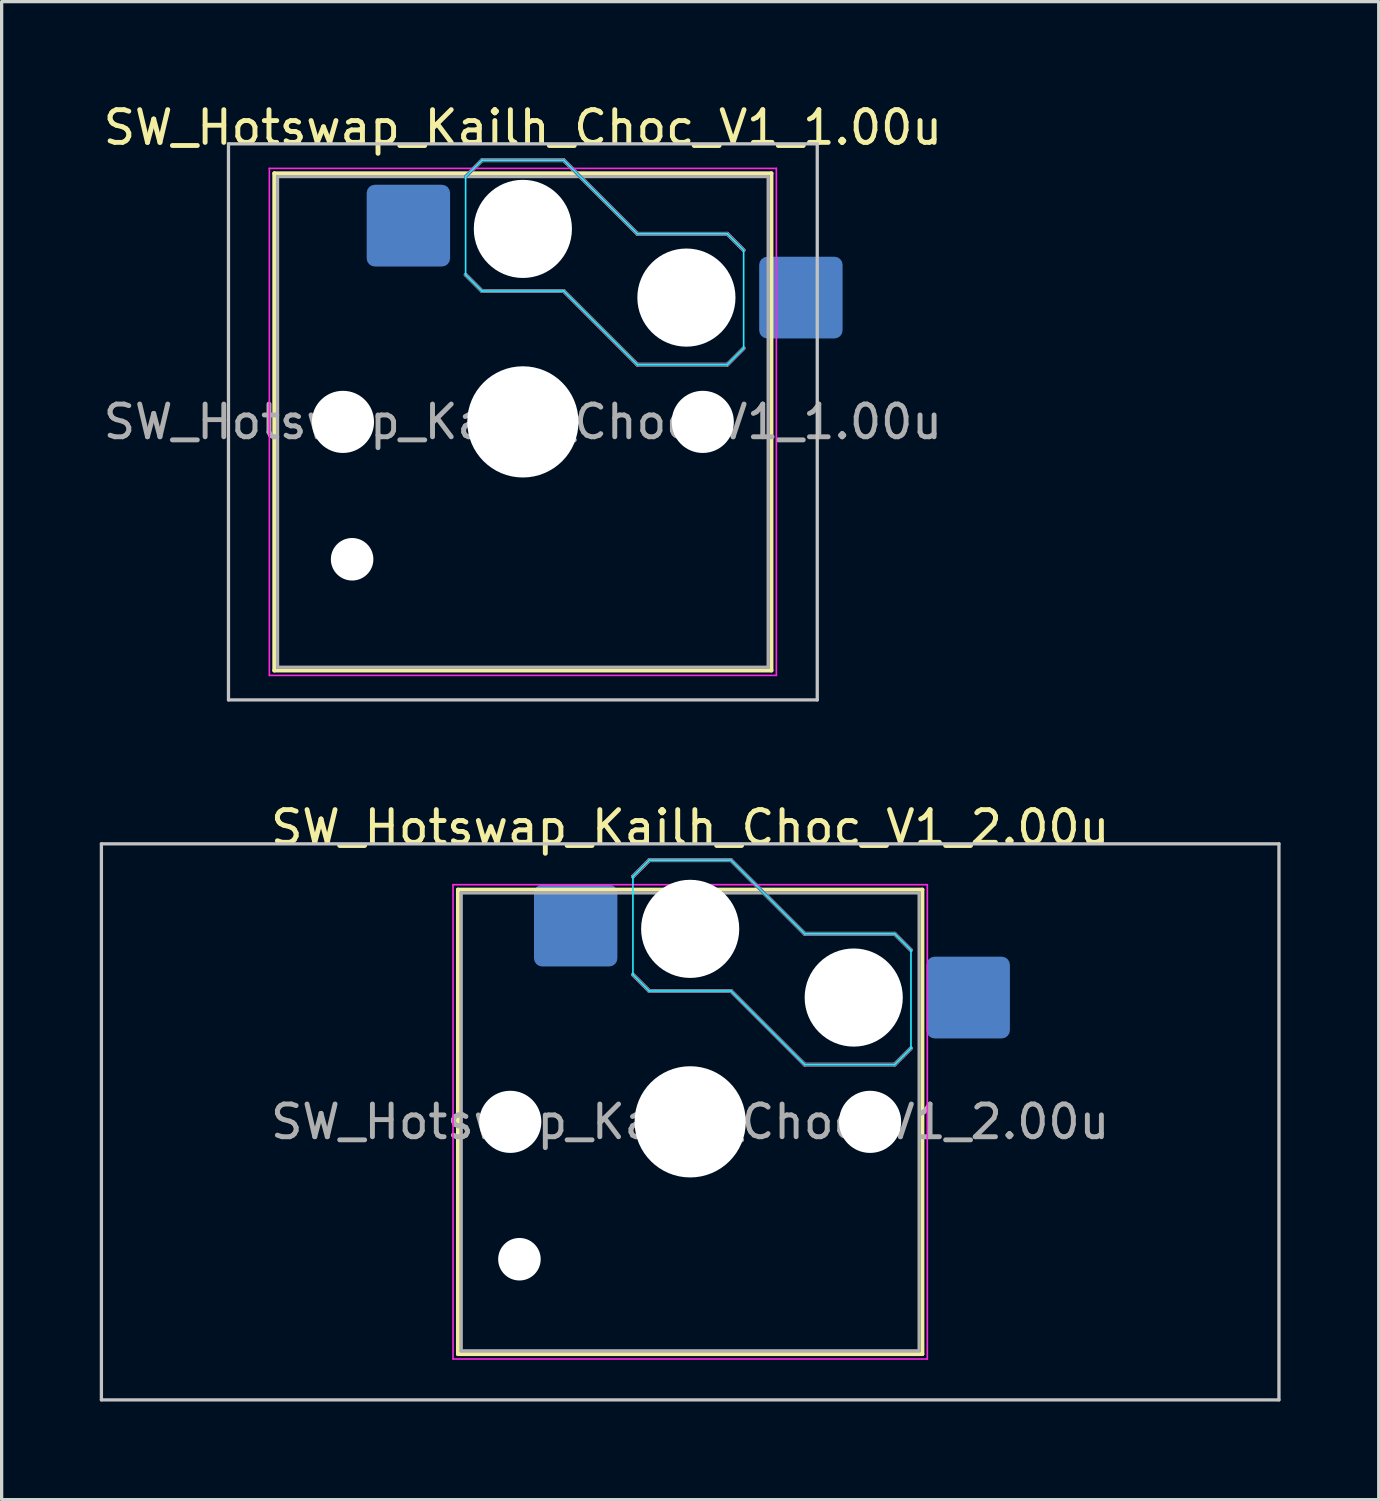
<source format=kicad_pcb>
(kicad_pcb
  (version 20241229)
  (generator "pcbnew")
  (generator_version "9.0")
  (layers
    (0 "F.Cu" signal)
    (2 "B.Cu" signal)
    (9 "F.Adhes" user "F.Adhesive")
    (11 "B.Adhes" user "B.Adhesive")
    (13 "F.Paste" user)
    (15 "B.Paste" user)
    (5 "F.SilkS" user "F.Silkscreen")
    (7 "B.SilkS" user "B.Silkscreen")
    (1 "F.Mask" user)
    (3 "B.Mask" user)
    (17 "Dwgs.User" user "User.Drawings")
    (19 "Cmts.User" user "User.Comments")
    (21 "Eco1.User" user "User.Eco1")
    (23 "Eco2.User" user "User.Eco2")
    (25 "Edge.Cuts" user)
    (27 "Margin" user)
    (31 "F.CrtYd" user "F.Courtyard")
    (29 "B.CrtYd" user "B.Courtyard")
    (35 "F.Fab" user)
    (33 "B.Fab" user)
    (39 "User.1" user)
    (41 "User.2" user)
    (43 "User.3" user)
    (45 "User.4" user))
  (footprint "SW_Hotswap_Kailh_Choc_V1_2.00u"
    (layer "F.Cu")
    (at 18.05 31.247)
    (property "Reference" "SW_Hotswap_Kailh_Choc_V1_2.00u" (at 0 -9 0) (layer "F.SilkS") (effects (font (size 1 1) (thickness 0.15))))
    (attr smd)
    (fp_line (start -7.1 -7.1) (end -7.1 7.1) (stroke (width 0.12) (type solid)) (layer "F.SilkS"))
    (fp_line (start -7.1 7.1) (end 7.1 7.1) (stroke (width 0.12) (type solid)) (layer "F.SilkS"))
    (fp_line (start 7.1 -7.1) (end -7.1 -7.1) (stroke (width 0.12) (type solid)) (layer "F.SilkS"))
    (fp_line (start 7.1 7.1) (end 7.1 -7.1) (stroke (width 0.12) (type solid)) (layer "F.SilkS"))
    (fp_line (start -1.75 -7.5) (end -1.25 -8) (stroke (width 0.12) (type solid)) (layer "B.SilkS"))
    (fp_line (start -1.25 -8) (end 1.25 -8) (stroke (width 0.12) (type solid)) (layer "B.SilkS"))
    (fp_line (start -1.25 -4) (end -1.75 -4.5) (stroke (width 0.12) (type solid)) (layer "B.SilkS"))
    (fp_line (start 1.25 -8) (end 3.5 -5.75) (stroke (width 0.12) (type solid)) (layer "B.SilkS"))
    (fp_line (start 1.25 -4) (end -1.25 -4) (stroke (width 0.12) (type solid)) (layer "B.SilkS"))
    (fp_line (start 3.5 -5.75) (end 6.25 -5.75) (stroke (width 0.12) (type solid)) (layer "B.SilkS"))
    (fp_line (start 3.5 -1.75) (end 1.25 -4) (stroke (width 0.12) (type solid)) (layer "B.SilkS"))
    (fp_line (start 6.25 -5.75) (end 6.75 -5.25) (stroke (width 0.12) (type solid)) (layer "B.SilkS"))
    (fp_line (start 6.25 -1.75) (end 3.5 -1.75) (stroke (width 0.12) (type solid)) (layer "B.SilkS"))
    (fp_line (start 6.75 -2.25) (end 6.25 -1.75) (stroke (width 0.12) (type solid)) (layer "B.SilkS"))
    (fp_line (start -18 -8.5) (end -18 8.5) (stroke (width 0.1) (type solid)) (layer "Dwgs.User"))
    (fp_line (start -18 8.5) (end 18 8.5) (stroke (width 0.1) (type solid)) (layer "Dwgs.User"))
    (fp_line (start 18 -8.5) (end -18 -8.5) (stroke (width 0.1) (type solid)) (layer "Dwgs.User"))
    (fp_line (start 18 8.5) (end 18 -8.5) (stroke (width 0.1) (type solid)) (layer "Dwgs.User"))
    (fp_line (start -1.75 -7.5) (end -1.25 -8) (stroke (width 0.05) (type solid)) (layer "B.CrtYd"))
    (fp_line (start -1.75 -4.5) (end -1.75 -7.5) (stroke (width 0.05) (type solid)) (layer "B.CrtYd"))
    (fp_line (start -1.25 -8) (end 1.25 -8) (stroke (width 0.05) (type solid)) (layer "B.CrtYd"))
    (fp_line (start -1.25 -4) (end -1.75 -4.5) (stroke (width 0.05) (type solid)) (layer "B.CrtYd"))
    (fp_line (start 1.25 -8) (end 3.5 -5.75) (stroke (width 0.05) (type solid)) (layer "B.CrtYd"))
    (fp_line (start 1.25 -4) (end -1.25 -4) (stroke (width 0.05) (type solid)) (layer "B.CrtYd"))
    (fp_line (start 3.5 -5.75) (end 6.25 -5.75) (stroke (width 0.05) (type solid)) (layer "B.CrtYd"))
    (fp_line (start 3.5 -1.75) (end 1.25 -4) (stroke (width 0.05) (type solid)) (layer "B.CrtYd"))
    (fp_line (start 6.25 -5.75) (end 6.75 -5.25) (stroke (width 0.05) (type solid)) (layer "B.CrtYd"))
    (fp_line (start 6.25 -1.75) (end 3.5 -1.75) (stroke (width 0.05) (type solid)) (layer "B.CrtYd"))
    (fp_line (start 6.75 -5.25) (end 6.75 -2.25) (stroke (width 0.05) (type solid)) (layer "B.CrtYd"))
    (fp_line (start 6.75 -2.25) (end 6.25 -1.75) (stroke (width 0.05) (type solid)) (layer "B.CrtYd"))
    (fp_line (start -7.25 -7.25) (end -7.25 7.25) (stroke (width 0.05) (type solid)) (layer "F.CrtYd"))
    (fp_line (start -7.25 7.25) (end 7.25 7.25) (stroke (width 0.05) (type solid)) (layer "F.CrtYd"))
    (fp_line (start 7.25 -7.25) (end -7.25 -7.25) (stroke (width 0.05) (type solid)) (layer "F.CrtYd"))
    (fp_line (start 7.25 7.25) (end 7.25 -7.25) (stroke (width 0.05) (type solid)) (layer "F.CrtYd"))
    (fp_line (start -1.75 -7.5) (end -1.25 -8) (stroke (width 0.1) (type solid)) (layer "B.Fab"))
    (fp_line (start -1.25 -8) (end 1.25 -8) (stroke (width 0.1) (type solid)) (layer "B.Fab"))
    (fp_line (start -1.25 -4) (end -1.75 -4.5) (stroke (width 0.1) (type solid)) (layer "B.Fab"))
    (fp_line (start 1.25 -8) (end 3.5 -5.75) (stroke (width 0.1) (type solid)) (layer "B.Fab"))
    (fp_line (start 1.25 -4) (end -1.25 -4) (stroke (width 0.1) (type solid)) (layer "B.Fab"))
    (fp_line (start 3.5 -5.75) (end 6.25 -5.75) (stroke (width 0.1) (type solid)) (layer "B.Fab"))
    (fp_line (start 3.5 -1.75) (end 1.25 -4) (stroke (width 0.1) (type solid)) (layer "B.Fab"))
    (fp_line (start 6.25 -5.75) (end 6.75 -5.25) (stroke (width 0.1) (type solid)) (layer "B.Fab"))
    (fp_line (start 6.25 -1.75) (end 3.5 -1.75) (stroke (width 0.1) (type solid)) (layer "B.Fab"))
    (fp_line (start 6.75 -2.25) (end 6.25 -1.75) (stroke (width 0.1) (type solid)) (layer "B.Fab"))
    (fp_line (start -7 -7) (end -7 7) (stroke (width 0.1) (type solid)) (layer "F.Fab"))
    (fp_line (start -7 7) (end 7 7) (stroke (width 0.1) (type solid)) (layer "F.Fab"))
    (fp_line (start 7 -7) (end -7 -7) (stroke (width 0.1) (type solid)) (layer "F.Fab"))
    (fp_line (start 7 7) (end 7 -7) (stroke (width 0.1) (type solid)) (layer "F.Fab"))
    (fp_text user "${REFERENCE}" (at 0 0 0) (layer "F.Fab") (effects (font (size 1 1) (thickness 0.15))))
    (pad "" np_thru_hole circle (at -5.5 0) (size 1.9 1.9) (drill 1.9) (layers "*.Cu" "*.Mask"))
    (pad "" np_thru_hole circle (at -5.22 4.2) (size 1.3 1.3) (drill 1.3) (layers "*.Cu" "*.Mask"))
    (pad "" np_thru_hole circle (at 0 -5.9) (size 3 3) (drill 3) (layers "*.Cu" "*.Mask"))
    (pad "" np_thru_hole circle (at 0 0) (size 3.4 3.4) (drill 3.4) (layers "*.Cu" "*.Mask"))
    (pad "" np_thru_hole circle (at 5 -3.8) (size 3 3) (drill 3) (layers "*.Cu" "*.Mask"))
    (pad "" np_thru_hole circle (at 5.5 0) (size 1.9 1.9) (drill 1.9) (layers "*.Cu" "*.Mask"))
    (pad "1" smd roundrect (at -3.5 -6) (size 2.55 2.5) (layers "B.Cu" "B.Mask" "B.Paste") (roundrect_rratio 0.1))
    (pad "2" smd roundrect (at 8.5 -3.8) (size 2.55 2.5) (layers "B.Cu" "B.Mask" "B.Paste") (roundrect_rratio 0.1)))
  (footprint "SW_Hotswap_Kailh_Choc_V1_1.00u"
    (layer "F.Cu")
    (at 12.935 9.848)
    (property "Reference" "SW_Hotswap_Kailh_Choc_V1_1.00u" (at 0 -9 0) (layer "F.SilkS") (effects (font (size 1 1) (thickness 0.15))))
    (attr smd)
    (fp_line (start -7.6 -7.6) (end -7.6 7.6) (stroke (width 0.12) (type solid)) (layer "F.SilkS"))
    (fp_line (start -7.6 7.6) (end 7.6 7.6) (stroke (width 0.12) (type solid)) (layer "F.SilkS"))
    (fp_line (start 7.6 -7.6) (end -7.6 -7.6) (stroke (width 0.12) (type solid)) (layer "F.SilkS"))
    (fp_line (start 7.6 7.6) (end 7.6 -7.6) (stroke (width 0.12) (type solid)) (layer "F.SilkS"))
    (fp_line (start -1.75 -7.5) (end -1.25 -8) (stroke (width 0.12) (type solid)) (layer "B.SilkS"))
    (fp_line (start -1.25 -8) (end 1.25 -8) (stroke (width 0.12) (type solid)) (layer "B.SilkS"))
    (fp_line (start -1.25 -4) (end -1.75 -4.5) (stroke (width 0.12) (type solid)) (layer "B.SilkS"))
    (fp_line (start 1.25 -8) (end 3.5 -5.75) (stroke (width 0.12) (type solid)) (layer "B.SilkS"))
    (fp_line (start 1.25 -4) (end -1.25 -4) (stroke (width 0.12) (type solid)) (layer "B.SilkS"))
    (fp_line (start 3.5 -5.75) (end 6.25 -5.75) (stroke (width 0.12) (type solid)) (layer "B.SilkS"))
    (fp_line (start 3.5 -1.75) (end 1.25 -4) (stroke (width 0.12) (type solid)) (layer "B.SilkS"))
    (fp_line (start 6.25 -5.75) (end 6.75 -5.25) (stroke (width 0.12) (type solid)) (layer "B.SilkS"))
    (fp_line (start 6.25 -1.75) (end 3.5 -1.75) (stroke (width 0.12) (type solid)) (layer "B.SilkS"))
    (fp_line (start 6.75 -2.25) (end 6.25 -1.75) (stroke (width 0.12) (type solid)) (layer "B.SilkS"))
    (fp_line (start -9 -8.5) (end -9 8.5) (stroke (width 0.1) (type solid)) (layer "Dwgs.User"))
    (fp_line (start -9 8.5) (end 9 8.5) (stroke (width 0.1) (type solid)) (layer "Dwgs.User"))
    (fp_line (start 9 -8.5) (end -9 -8.5) (stroke (width 0.1) (type solid)) (layer "Dwgs.User"))
    (fp_line (start 9 8.5) (end 9 -8.5) (stroke (width 0.1) (type solid)) (layer "Dwgs.User"))
    (fp_line (start -7.25 -7.25) (end -7.25 7.25) (stroke (width 0.1) (type solid)) (layer "Eco1.User"))
    (fp_line (start -7.25 7.25) (end 7.25 7.25) (stroke (width 0.1) (type solid)) (layer "Eco1.User"))
    (fp_line (start 7.25 -7.25) (end -7.25 -7.25) (stroke (width 0.1) (type solid)) (layer "Eco1.User"))
    (fp_line (start 7.25 7.25) (end 7.25 -7.25) (stroke (width 0.1) (type solid)) (layer "Eco1.User"))
    (fp_line (start -1.75 -7.5) (end -1.25 -8) (stroke (width 0.05) (type solid)) (layer "B.CrtYd"))
    (fp_line (start -1.75 -4.5) (end -1.75 -7.5) (stroke (width 0.05) (type solid)) (layer "B.CrtYd"))
    (fp_line (start -1.25 -8) (end 1.25 -8) (stroke (width 0.05) (type solid)) (layer "B.CrtYd"))
    (fp_line (start -1.25 -4) (end -1.75 -4.5) (stroke (width 0.05) (type solid)) (layer "B.CrtYd"))
    (fp_line (start 1.25 -8) (end 3.5 -5.75) (stroke (width 0.05) (type solid)) (layer "B.CrtYd"))
    (fp_line (start 1.25 -4) (end -1.25 -4) (stroke (width 0.05) (type solid)) (layer "B.CrtYd"))
    (fp_line (start 3.5 -5.75) (end 6.25 -5.75) (stroke (width 0.05) (type solid)) (layer "B.CrtYd"))
    (fp_line (start 3.5 -1.75) (end 1.25 -4) (stroke (width 0.05) (type solid)) (layer "B.CrtYd"))
    (fp_line (start 6.25 -5.75) (end 6.75 -5.25) (stroke (width 0.05) (type solid)) (layer "B.CrtYd"))
    (fp_line (start 6.25 -1.75) (end 3.5 -1.75) (stroke (width 0.05) (type solid)) (layer "B.CrtYd"))
    (fp_line (start 6.75 -5.25) (end 6.75 -2.25) (stroke (width 0.05) (type solid)) (layer "B.CrtYd"))
    (fp_line (start 6.75 -2.25) (end 6.25 -1.75) (stroke (width 0.05) (type solid)) (layer "B.CrtYd"))
    (fp_line (start -7.75 -7.75) (end -7.75 7.75) (stroke (width 0.05) (type solid)) (layer "F.CrtYd"))
    (fp_line (start -7.75 7.75) (end 7.75 7.75) (stroke (width 0.05) (type solid)) (layer "F.CrtYd"))
    (fp_line (start 7.75 -7.75) (end -7.75 -7.75) (stroke (width 0.05) (type solid)) (layer "F.CrtYd"))
    (fp_line (start 7.75 7.75) (end 7.75 -7.75) (stroke (width 0.05) (type solid)) (layer "F.CrtYd"))
    (fp_line (start -1.75 -7.5) (end -1.25 -8) (stroke (width 0.1) (type solid)) (layer "B.Fab"))
    (fp_line (start -1.25 -8) (end 1.25 -8) (stroke (width 0.1) (type solid)) (layer "B.Fab"))
    (fp_line (start -1.25 -4) (end -1.75 -4.5) (stroke (width 0.1) (type solid)) (layer "B.Fab"))
    (fp_line (start 1.25 -8) (end 3.5 -5.75) (stroke (width 0.1) (type solid)) (layer "B.Fab"))
    (fp_line (start 1.25 -4) (end -1.25 -4) (stroke (width 0.1) (type solid)) (layer "B.Fab"))
    (fp_line (start 3.5 -5.75) (end 6.25 -5.75) (stroke (width 0.1) (type solid)) (layer "B.Fab"))
    (fp_line (start 3.5 -1.75) (end 1.25 -4) (stroke (width 0.1) (type solid)) (layer "B.Fab"))
    (fp_line (start 6.25 -5.75) (end 6.75 -5.25) (stroke (width 0.1) (type solid)) (layer "B.Fab"))
    (fp_line (start 6.25 -1.75) (end 3.5 -1.75) (stroke (width 0.1) (type solid)) (layer "B.Fab"))
    (fp_line (start 6.75 -2.25) (end 6.25 -1.75) (stroke (width 0.1) (type solid)) (layer "B.Fab"))
    (fp_line (start -7.5 -7.5) (end -7.5 7.5) (stroke (width 0.1) (type solid)) (layer "F.Fab"))
    (fp_line (start -7.5 7.5) (end 7.5 7.5) (stroke (width 0.1) (type solid)) (layer "F.Fab"))
    (fp_line (start 7.5 -7.5) (end -7.5 -7.5) (stroke (width 0.1) (type solid)) (layer "F.Fab"))
    (fp_line (start 7.5 7.5) (end 7.5 -7.5) (stroke (width 0.1) (type solid)) (layer "F.Fab"))
    (fp_text user "${REFERENCE}" (at 0 0 0) (layer "F.Fab") (effects (font (size 1 1) (thickness 0.15))))
    (pad "" np_thru_hole circle (at -5.5 0) (size 1.9 1.9) (drill 1.9) (layers "*.Cu" "*.Mask"))
    (pad "" np_thru_hole circle (at -5.22 4.2) (size 1.3 1.3) (drill 1.3) (layers "*.Cu" "*.Mask"))
    (pad "" np_thru_hole circle (at 0 -5.9) (size 3 3) (drill 3) (layers "*.Cu" "*.Mask"))
    (pad "" np_thru_hole circle (at 0 0) (size 3.4 3.4) (drill 3.4) (layers "*.Cu" "*.Mask"))
    (pad "" np_thru_hole circle (at 5 -3.8) (size 3 3) (drill 3) (layers "*.Cu" "*.Mask"))
    (pad "" np_thru_hole circle (at 5.5 0) (size 1.9 1.9) (drill 1.9) (layers "*.Cu" "*.Mask"))
    (pad "1" smd roundrect (at -3.5 -6) (size 2.55 2.5) (layers "B.Cu" "B.Mask" "B.Paste") (roundrect_rratio 0.1))
    (pad "2" smd roundrect (at 8.5 -3.8) (size 2.55 2.5) (layers "B.Cu" "B.Mask" "B.Paste") (roundrect_rratio 0.1)))
  (gr_rect
    (start -3 -3)
    (end 39.1 42.797)
    (stroke (width 0.1) (type default))
    (fill no)
    (layer "Edge.Cuts")))
</source>
